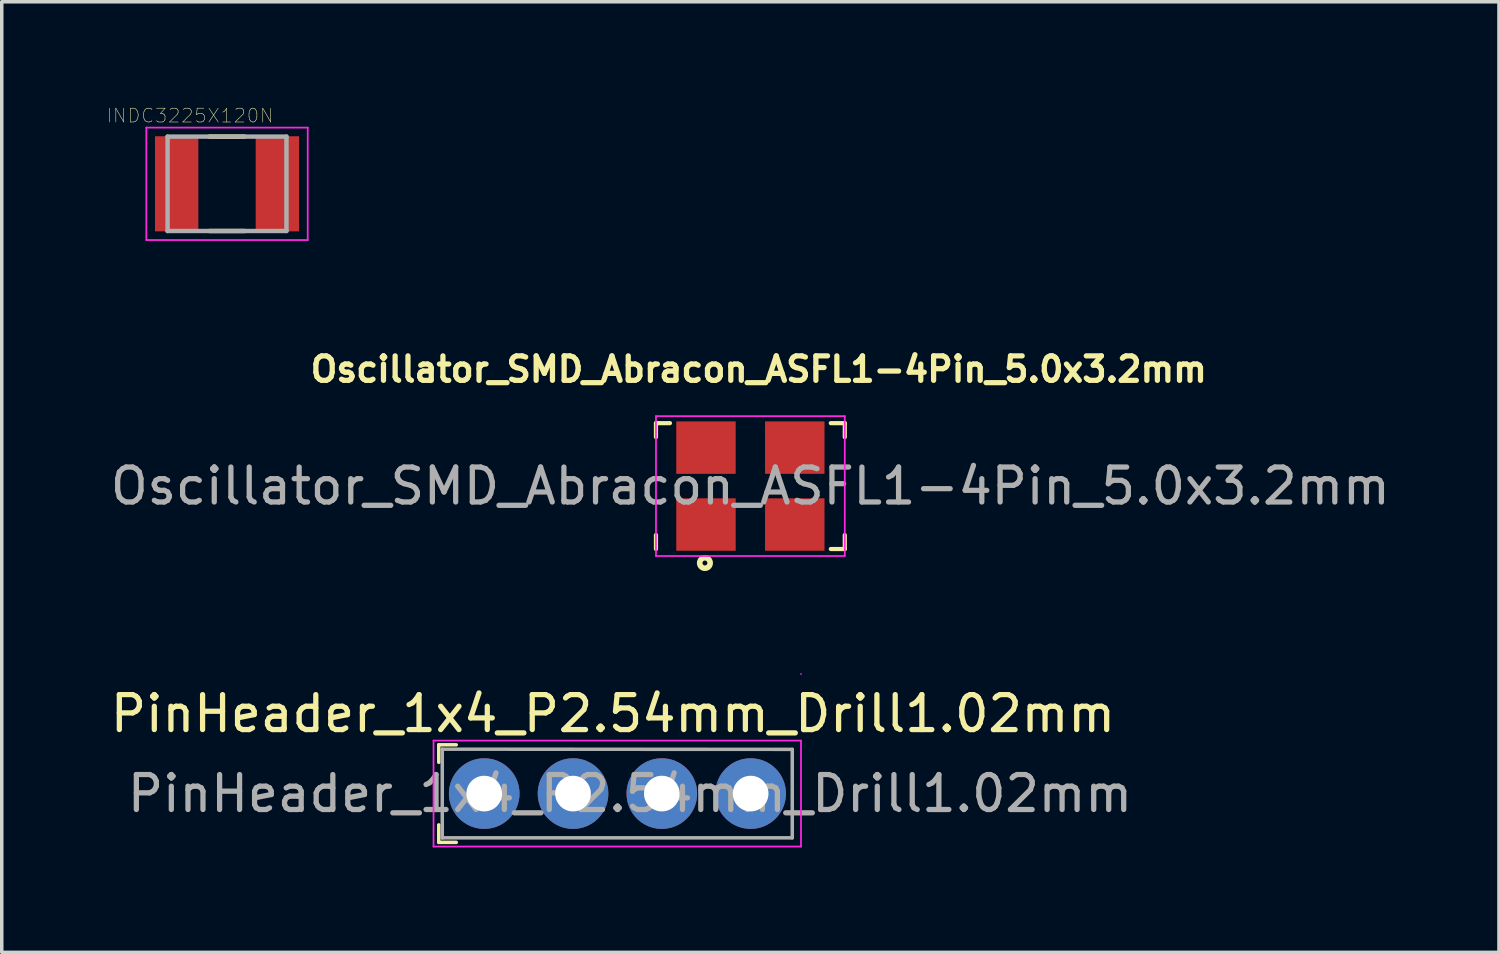
<source format=kicad_pcb>
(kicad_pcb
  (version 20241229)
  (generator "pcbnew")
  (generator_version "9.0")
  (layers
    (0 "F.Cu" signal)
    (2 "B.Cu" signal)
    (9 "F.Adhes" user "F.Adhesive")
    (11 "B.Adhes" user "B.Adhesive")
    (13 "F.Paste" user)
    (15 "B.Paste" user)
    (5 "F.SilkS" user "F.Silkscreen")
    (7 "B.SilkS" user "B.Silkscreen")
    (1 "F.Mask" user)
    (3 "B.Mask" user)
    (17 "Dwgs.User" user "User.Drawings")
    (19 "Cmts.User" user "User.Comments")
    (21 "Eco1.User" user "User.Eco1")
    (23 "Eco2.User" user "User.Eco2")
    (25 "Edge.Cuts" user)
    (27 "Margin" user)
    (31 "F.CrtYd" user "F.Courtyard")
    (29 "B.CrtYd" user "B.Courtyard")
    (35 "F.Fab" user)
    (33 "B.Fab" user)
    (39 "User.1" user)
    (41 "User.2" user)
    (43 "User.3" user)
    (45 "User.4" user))
  (footprint "INDC3225X120N"
    (layer "F.Cu")
    (at 3.443 2.207)
    (property "Reference" "INDC3225X120N" (at -1.06 -1.95 0) (layer "F.SilkS") (effects (font (size 0.394 0.394) (thickness 0.015))))
    (attr through_hole)
    (fp_line (start -0.5 -1.35) (end 0.5 -1.35) (stroke (width 0.127) (type solid)) (layer "F.SilkS"))
    (fp_line (start -0.5 1.35) (end 0.5 1.35) (stroke (width 0.127) (type solid)) (layer "F.SilkS"))
    (fp_line (start -2.308 -1.608) (end 2.308 -1.608) (stroke (width 0.05) (type solid)) (layer "F.CrtYd"))
    (fp_line (start -2.308 1.608) (end -2.308 -1.608) (stroke (width 0.05) (type solid)) (layer "F.CrtYd"))
    (fp_line (start -2.308 1.608) (end 2.308 1.608) (stroke (width 0.05) (type solid)) (layer "F.CrtYd"))
    (fp_line (start 2.308 1.608) (end 2.308 -1.608) (stroke (width 0.05) (type solid)) (layer "F.CrtYd"))
    (fp_line (start -1.7 1.35) (end -1.7 -1.35) (stroke (width 0.127) (type solid)) (layer "F.Fab"))
    (fp_line (start 1.7 -1.35) (end -1.7 -1.35) (stroke (width 0.127) (type solid)) (layer "F.Fab"))
    (fp_line (start 1.7 1.35) (end -1.7 1.35) (stroke (width 0.127) (type solid)) (layer "F.Fab"))
    (fp_line (start 1.7 1.35) (end 1.7 -1.35) (stroke (width 0.127) (type solid)) (layer "F.Fab"))
    (pad "1" smd rect (at -1.44 0) (size 1.24 2.72) (layers "F.Cu" "F.Mask" "F.Paste"))
    (pad "2" smd rect (at 1.44 0) (size 1.24 2.72) (layers "F.Cu" "F.Mask" "F.Paste")))
  (footprint "Oscillator_SMD_Abracon_ASFL1-4Pin_5.0x3.2mm"
    (layer "F.Cu")
    (at 18.411 10.852)
    (property "Reference" "Oscillator_SMD_Abracon_ASFL1-4Pin_5.0x3.2mm" (at 0.24 -3.34 0) (layer "F.SilkS") (effects (font (size 0.7 0.7) (thickness 0.15))))
    (attr smd)
    (fp_line (start -2.7 -1.8) (end -2.3 -1.8) (stroke (width 0.12) (type solid)) (layer "F.SilkS"))
    (fp_line (start -2.7 -1.4) (end -2.7 -1.8) (stroke (width 0.12) (type solid)) (layer "F.SilkS"))
    (fp_line (start -2.7 1.8) (end -2.7 1.4) (stroke (width 0.12) (type solid)) (layer "F.SilkS"))
    (fp_line (start 2.3 -1.8) (end 2.7 -1.8) (stroke (width 0.12) (type solid)) (layer "F.SilkS"))
    (fp_line (start 2.7 -1.8) (end 2.7 -1.4) (stroke (width 0.12) (type solid)) (layer "F.SilkS"))
    (fp_line (start 2.7 1.4) (end 2.7 1.8) (stroke (width 0.12) (type solid)) (layer "F.SilkS"))
    (fp_line (start 2.7 1.8) (end 2.3 1.8) (stroke (width 0.12) (type solid)) (layer "F.SilkS"))
    (fp_circle (center -1.3 2.2) (end -1.23 2.2) (stroke (width 0.16) (type solid)) (fill no) (layer "F.SilkS"))
    (fp_line (start -2.7 -2) (end 2.7 -2) (stroke (width 0.05) (type solid)) (layer "F.CrtYd"))
    (fp_line (start -2.7 2) (end -2.7 -2) (stroke (width 0.05) (type solid)) (layer "F.CrtYd"))
    (fp_line (start 2.7 -2) (end 2.7 2) (stroke (width 0.05) (type solid)) (layer "F.CrtYd"))
    (fp_line (start 2.7 2) (end -2.7 2) (stroke (width 0.05) (type solid)) (layer "F.CrtYd"))
    (fp_text user "${REFERENCE}" (at 0 0 0) (layer "F.Fab") (effects (font (size 1 1) (thickness 0.15))))
    (pad "1" smd rect (at -1.27 1.1 180) (size 1.7 1.5) (layers "F.Cu" "F.Mask" "F.Paste"))
    (pad "2" smd rect (at 1.27 1.1) (size 1.7 1.5) (layers "F.Cu" "F.Mask" "F.Paste"))
    (pad "3" smd rect (at 1.27 -1.1) (size 1.7 1.5) (layers "F.Cu" "F.Mask" "F.Paste"))
    (pad "4" smd rect (at -1.27 -1.1) (size 1.7 1.5) (layers "F.Cu" "F.Mask" "F.Paste")))
  (footprint "PinHeader_1x4_P2.54mm_Drill1.02mm"
    (layer "F.Cu")
    (at 10.799 19.647)
    (property "Reference" "PinHeader_1x4_P2.54mm_Drill1.02mm" (at 3.683 -2.286 0) (layer "F.SilkS") (effects (font (size 1 1) (thickness 0.15))))
    (attr through_hole)
    (fp_line (start -1.3 -1.395) (end -1.3 -0.895) (stroke (width 0.1) (type solid)) (layer "F.SilkS"))
    (fp_line (start -1.3 -1.395) (end -0.8 -1.395) (stroke (width 0.1) (type solid)) (layer "F.SilkS"))
    (fp_line (start -1.3 1.395) (end -1.3 0.895) (stroke (width 0.1) (type solid)) (layer "F.SilkS"))
    (fp_line (start -1.3 1.395) (end -0.8 1.395) (stroke (width 0.1) (type solid)) (layer "F.SilkS"))
    (fp_line (start -1.45 -1.515) (end -1.45 1.515) (stroke (width 0.05) (type solid)) (layer "F.CrtYd"))
    (fp_line (start 9.06 -3.42) (end 9.06 -3.42) (stroke (width 0.05) (type solid)) (layer "F.CrtYd"))
    (fp_line (start 9.06 -1.515) (end -1.45 -1.515) (stroke (width 0.05) (type solid)) (layer "F.CrtYd"))
    (fp_line (start 9.06 -1.515) (end 9.06 1.515) (stroke (width 0.05) (type solid)) (layer "F.CrtYd"))
    (fp_line (start 9.06 1.515) (end -1.45 1.515) (stroke (width 0.05) (type solid)) (layer "F.CrtYd"))
    (fp_line (start -1.2 -1.27) (end -1.2 1.27) (stroke (width 0.1) (type solid)) (layer "F.Fab"))
    (fp_line (start -1.2 -1.27) (end 8.81 -1.265) (stroke (width 0.1) (type solid)) (layer "F.Fab"))
    (fp_line (start -1.2 1.265) (end 8.81 1.265) (stroke (width 0.1) (type solid)) (layer "F.Fab"))
    (fp_line (start 8.81 -1.265) (end 8.81 1.265) (stroke (width 0.1) (type solid)) (layer "F.Fab"))
    (fp_text user "${REFERENCE}" (at 4.17 0 0) (layer "F.Fab") (effects (font (size 1 1) (thickness 0.15))))
    (pad "1" thru_hole circle (at 0 0) (size 2.02 2.02) (drill 1.02) (layers "*.Cu" "*.Mask"))
    (pad "2" thru_hole circle (at 2.54 0) (size 2.02 2.02) (drill 1.02) (layers "*.Cu" "*.Mask"))
    (pad "3" thru_hole circle (at 5.08 0) (size 2.02 2.02) (drill 1.02) (layers "*.Cu" "*.Mask"))
    (pad "4" thru_hole circle (at 7.62 0) (size 2.02 2.02) (drill 1.02) (layers "*.Cu" "*.Mask")))
  (gr_rect
    (start -3 -3)
    (end 39.821 24.187)
    (stroke (width 0.1) (type default))
    (fill no)
    (layer "Edge.Cuts")))
</source>
